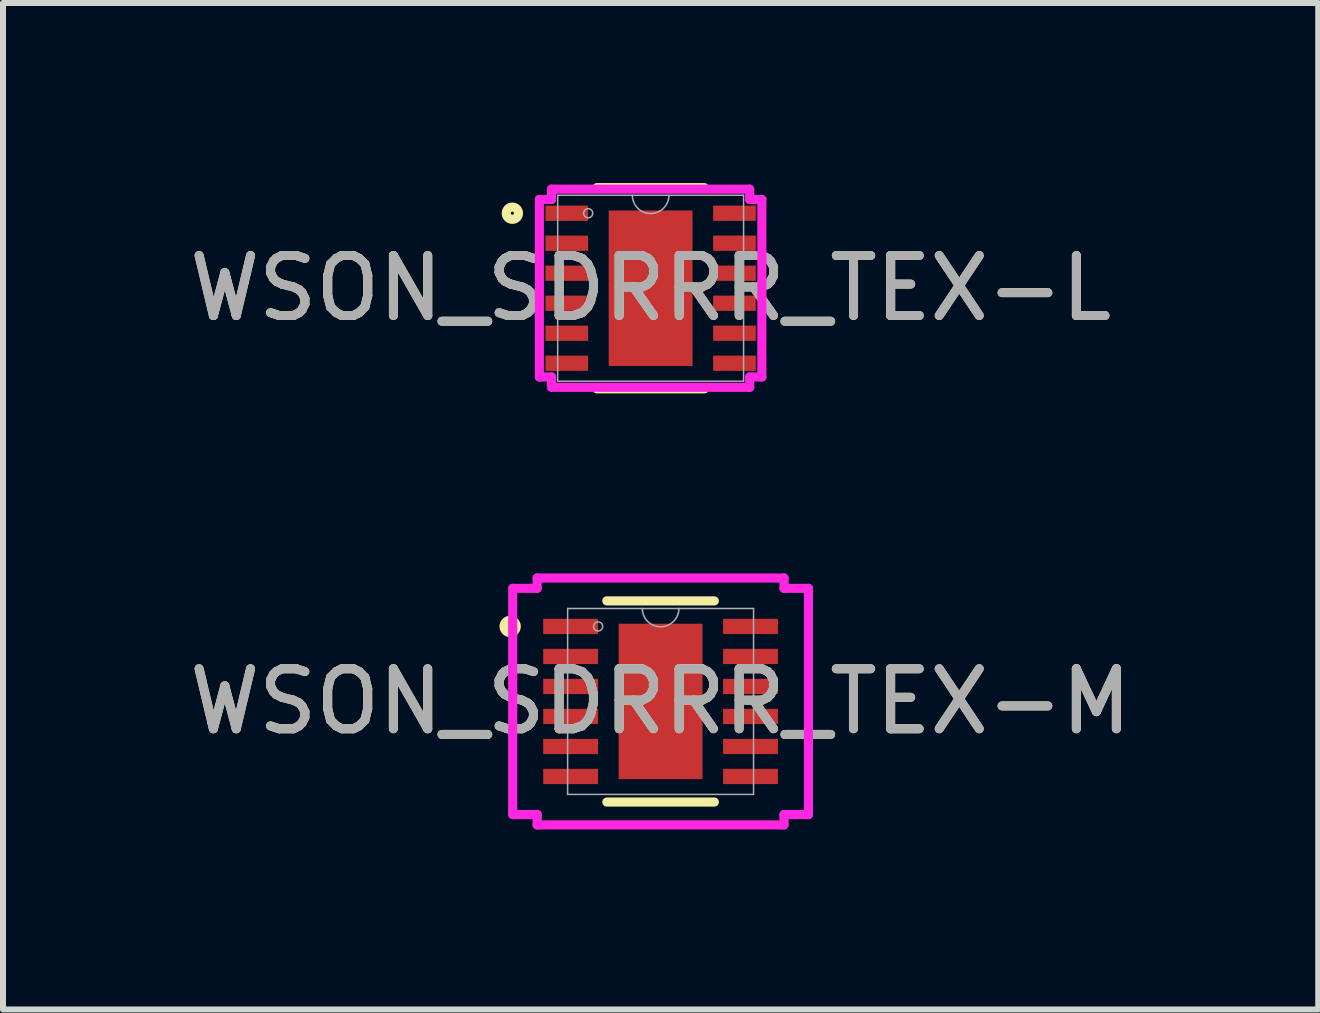
<source format=kicad_pcb>
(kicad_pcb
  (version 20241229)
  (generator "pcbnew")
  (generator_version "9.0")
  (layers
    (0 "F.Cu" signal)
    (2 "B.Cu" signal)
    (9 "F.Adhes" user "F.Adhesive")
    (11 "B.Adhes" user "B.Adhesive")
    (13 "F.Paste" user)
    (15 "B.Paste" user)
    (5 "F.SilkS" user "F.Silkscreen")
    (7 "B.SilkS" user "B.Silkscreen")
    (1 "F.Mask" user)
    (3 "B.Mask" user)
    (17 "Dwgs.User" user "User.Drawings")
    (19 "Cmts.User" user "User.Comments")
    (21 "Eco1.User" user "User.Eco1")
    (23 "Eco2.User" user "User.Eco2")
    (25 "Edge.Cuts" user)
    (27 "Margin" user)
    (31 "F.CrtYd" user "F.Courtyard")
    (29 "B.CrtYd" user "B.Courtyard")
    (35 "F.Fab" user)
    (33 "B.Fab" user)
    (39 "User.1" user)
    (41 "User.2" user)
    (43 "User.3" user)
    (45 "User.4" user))
  (footprint "WSON_SDRRR_TEX-M"
    (layer "F.Cu")
    (at 7.958 8.639)
    (property "Reference" "WSON_SDRRR_TEX-M" (at 0 0 0) (unlocked yes) (layer "F.SilkS") (effects (font (size 1 1) (thickness 0.15))))
    (attr smd)
    (fp_line (start -0.896 1.676) (end 0.896 1.676) (stroke (width 0.152) (type solid)) (layer "F.SilkS"))
    (fp_line (start 0.896 -1.676) (end -0.896 -1.676) (stroke (width 0.152) (type solid)) (layer "F.SilkS"))
    (fp_circle (center -2.507 -1.25) (end -2.405 -1.25) (stroke (width 0.152) (type solid)) (fill no) (layer "F.SilkS"))
    (fp_poly (pts (xy -0.599 -1.195) (xy -0.599 -0.1) (xy 0.599 -0.1) (xy 0.599 -1.195)) (stroke (width 0) (type solid)) (fill yes) (layer "F.Paste"))
    (fp_poly (pts (xy -0.599 0.1) (xy -0.599 1.195) (xy 0.599 1.195) (xy 0.599 0.1)) (stroke (width 0) (type solid)) (fill yes) (layer "F.Paste"))
    (fp_line (start -2.464 -1.885) (end -2.057 -1.885) (stroke (width 0.152) (type solid)) (layer "F.CrtYd"))
    (fp_line (start -2.464 1.885) (end -2.464 -1.885) (stroke (width 0.152) (type solid)) (layer "F.CrtYd"))
    (fp_line (start -2.464 1.885) (end -2.057 1.885) (stroke (width 0.152) (type solid)) (layer "F.CrtYd"))
    (fp_line (start -2.057 -2.057) (end 2.057 -2.057) (stroke (width 0.152) (type solid)) (layer "F.CrtYd"))
    (fp_line (start -2.057 -1.885) (end -2.057 -2.057) (stroke (width 0.152) (type solid)) (layer "F.CrtYd"))
    (fp_line (start -2.057 2.057) (end -2.057 1.885) (stroke (width 0.152) (type solid)) (layer "F.CrtYd"))
    (fp_line (start 2.057 -2.057) (end 2.057 -1.885) (stroke (width 0.152) (type solid)) (layer "F.CrtYd"))
    (fp_line (start 2.057 1.885) (end 2.057 2.057) (stroke (width 0.152) (type solid)) (layer "F.CrtYd"))
    (fp_line (start 2.057 2.057) (end -2.057 2.057) (stroke (width 0.152) (type solid)) (layer "F.CrtYd"))
    (fp_line (start 2.464 -1.885) (end 2.057 -1.885) (stroke (width 0.152) (type solid)) (layer "F.CrtYd"))
    (fp_line (start 2.464 -1.885) (end 2.464 1.885) (stroke (width 0.152) (type solid)) (layer "F.CrtYd"))
    (fp_line (start 2.464 1.885) (end 2.057 1.885) (stroke (width 0.152) (type solid)) (layer "F.CrtYd"))
    (fp_line (start -1.549 -1.549) (end -1.549 1.549) (stroke (width 0.025) (type solid)) (layer "F.Fab"))
    (fp_line (start -1.549 1.549) (end 1.549 1.549) (stroke (width 0.025) (type solid)) (layer "F.Fab"))
    (fp_line (start 1.549 -1.549) (end -1.549 -1.549) (stroke (width 0.025) (type solid)) (layer "F.Fab"))
    (fp_line (start 1.549 1.549) (end 1.549 -1.549) (stroke (width 0.025) (type solid)) (layer "F.Fab"))
    (fp_arc (start 0.3048 -1.5494) (mid 0 -1.2446) (end -0.3048 -1.5494) (stroke (width 0.0254) (type solid)) (layer "F.Fab"))
    (fp_circle (center -1.041 -1.25) (end -0.965 -1.25) (stroke (width 0.025) (type solid)) (fill no) (layer "F.Fab"))
    (fp_text user "${REFERENCE}" (at 0 0 0) (unlocked yes) (layer "F.Fab") (effects (font (size 1 1) (thickness 0.15))))
    (pad "1" smd rect (at -1.499 -1.25) (size 0.914 0.254) (layers "F.Cu" "F.Mask" "F.Paste"))
    (pad "2" smd rect (at -1.499 -0.75) (size 0.914 0.254) (layers "F.Cu" "F.Mask" "F.Paste"))
    (pad "3" smd rect (at -1.499 -0.25) (size 0.914 0.254) (layers "F.Cu" "F.Mask" "F.Paste"))
    (pad "4" smd rect (at -1.499 0.25) (size 0.914 0.254) (layers "F.Cu" "F.Mask" "F.Paste"))
    (pad "5" smd rect (at -1.499 0.75) (size 0.914 0.254) (layers "F.Cu" "F.Mask" "F.Paste"))
    (pad "6" smd rect (at -1.499 1.25) (size 0.914 0.254) (layers "F.Cu" "F.Mask" "F.Paste"))
    (pad "7" smd rect (at 1.499 1.25) (size 0.914 0.254) (layers "F.Cu" "F.Mask" "F.Paste"))
    (pad "8" smd rect (at 1.499 0.75) (size 0.914 0.254) (layers "F.Cu" "F.Mask" "F.Paste"))
    (pad "9" smd rect (at 1.499 0.25) (size 0.914 0.254) (layers "F.Cu" "F.Mask" "F.Paste"))
    (pad "10" smd rect (at 1.499 -0.25) (size 0.914 0.254) (layers "F.Cu" "F.Mask" "F.Paste"))
    (pad "11" smd rect (at 1.499 -0.75) (size 0.914 0.254) (layers "F.Cu" "F.Mask" "F.Paste"))
    (pad "12" smd rect (at 1.499 -1.25) (size 0.914 0.254) (layers "F.Cu" "F.Mask" "F.Paste"))
    (pad "13" smd rect (at 0 0) (size 1.397 2.591) (layers "F.Cu" "F.Mask" "F.Paste")))
  (footprint "WSON_SDRRR_TEX-L"
    (layer "F.Cu")
    (at 7.792 1.753)
    (property "Reference" "WSON_SDRRR_TEX-L" (at 0 0 0) (unlocked yes) (layer "F.SilkS") (effects (font (size 1 1) (thickness 0.15))))
    (attr smd)
    (fp_line (start -0.896 1.676) (end 0.896 1.676) (stroke (width 0.152) (type solid)) (layer "F.SilkS"))
    (fp_line (start 0.896 -1.676) (end -0.896 -1.676) (stroke (width 0.152) (type solid)) (layer "F.SilkS"))
    (fp_circle (center -2.304 -1.25) (end -2.202 -1.25) (stroke (width 0.152) (type solid)) (fill no) (layer "F.SilkS"))
    (fp_poly (pts (xy -0.599 -1.195) (xy -0.599 -0.1) (xy 0.599 -0.1) (xy 0.599 -1.195)) (stroke (width 0) (type solid)) (fill yes) (layer "F.Paste"))
    (fp_poly (pts (xy -0.599 0.1) (xy -0.599 1.195) (xy 0.599 1.195) (xy 0.599 0.1)) (stroke (width 0) (type solid)) (fill yes) (layer "F.Paste"))
    (fp_line (start -1.854 -1.479) (end -1.651 -1.479) (stroke (width 0.152) (type solid)) (layer "F.CrtYd"))
    (fp_line (start -1.854 1.479) (end -1.854 -1.479) (stroke (width 0.152) (type solid)) (layer "F.CrtYd"))
    (fp_line (start -1.854 1.479) (end -1.651 1.479) (stroke (width 0.152) (type solid)) (layer "F.CrtYd"))
    (fp_line (start -1.651 -1.651) (end 1.651 -1.651) (stroke (width 0.152) (type solid)) (layer "F.CrtYd"))
    (fp_line (start -1.651 -1.479) (end -1.651 -1.651) (stroke (width 0.152) (type solid)) (layer "F.CrtYd"))
    (fp_line (start -1.651 1.651) (end -1.651 1.479) (stroke (width 0.152) (type solid)) (layer "F.CrtYd"))
    (fp_line (start 1.651 -1.651) (end 1.651 -1.479) (stroke (width 0.152) (type solid)) (layer "F.CrtYd"))
    (fp_line (start 1.651 1.479) (end 1.651 1.651) (stroke (width 0.152) (type solid)) (layer "F.CrtYd"))
    (fp_line (start 1.651 1.651) (end -1.651 1.651) (stroke (width 0.152) (type solid)) (layer "F.CrtYd"))
    (fp_line (start 1.854 -1.479) (end 1.651 -1.479) (stroke (width 0.152) (type solid)) (layer "F.CrtYd"))
    (fp_line (start 1.854 -1.479) (end 1.854 1.479) (stroke (width 0.152) (type solid)) (layer "F.CrtYd"))
    (fp_line (start 1.854 1.479) (end 1.651 1.479) (stroke (width 0.152) (type solid)) (layer "F.CrtYd"))
    (fp_line (start -1.549 -1.549) (end -1.549 1.549) (stroke (width 0.025) (type solid)) (layer "F.Fab"))
    (fp_line (start -1.549 1.549) (end 1.549 1.549) (stroke (width 0.025) (type solid)) (layer "F.Fab"))
    (fp_line (start 1.549 -1.549) (end -1.549 -1.549) (stroke (width 0.025) (type solid)) (layer "F.Fab"))
    (fp_line (start 1.549 1.549) (end 1.549 -1.549) (stroke (width 0.025) (type solid)) (layer "F.Fab"))
    (fp_arc (start 0.3048 -1.5494) (mid 0 -1.2446) (end -0.3048 -1.5494) (stroke (width 0.0254) (type solid)) (layer "F.Fab"))
    (fp_circle (center -1.041 -1.25) (end -0.965 -1.25) (stroke (width 0.025) (type solid)) (fill no) (layer "F.Fab"))
    (fp_text user "${REFERENCE}" (at 0 0 0) (unlocked yes) (layer "F.Fab") (effects (font (size 1 1) (thickness 0.15))))
    (pad "1" smd rect (at -1.397 -1.25) (size 0.711 0.254) (layers "F.Cu" "F.Mask" "F.Paste"))
    (pad "2" smd rect (at -1.397 -0.75) (size 0.711 0.254) (layers "F.Cu" "F.Mask" "F.Paste"))
    (pad "3" smd rect (at -1.397 -0.25) (size 0.711 0.254) (layers "F.Cu" "F.Mask" "F.Paste"))
    (pad "4" smd rect (at -1.397 0.25) (size 0.711 0.254) (layers "F.Cu" "F.Mask" "F.Paste"))
    (pad "5" smd rect (at -1.397 0.75) (size 0.711 0.254) (layers "F.Cu" "F.Mask" "F.Paste"))
    (pad "6" smd rect (at -1.397 1.25) (size 0.711 0.254) (layers "F.Cu" "F.Mask" "F.Paste"))
    (pad "7" smd rect (at 1.397 1.25) (size 0.711 0.254) (layers "F.Cu" "F.Mask" "F.Paste"))
    (pad "8" smd rect (at 1.397 0.75) (size 0.711 0.254) (layers "F.Cu" "F.Mask" "F.Paste"))
    (pad "9" smd rect (at 1.397 0.25) (size 0.711 0.254) (layers "F.Cu" "F.Mask" "F.Paste"))
    (pad "10" smd rect (at 1.397 -0.25) (size 0.711 0.254) (layers "F.Cu" "F.Mask" "F.Paste"))
    (pad "11" smd rect (at 1.397 -0.75) (size 0.711 0.254) (layers "F.Cu" "F.Mask" "F.Paste"))
    (pad "12" smd rect (at 1.397 -1.25) (size 0.711 0.254) (layers "F.Cu" "F.Mask" "F.Paste"))
    (pad "13" smd rect (at 0 0) (size 1.397 2.591) (layers "F.Cu" "F.Mask" "F.Paste")))
  (gr_rect
    (start -3 -3)
    (end 18.917 13.772)
    (stroke (width 0.1) (type default))
    (fill no)
    (layer "Edge.Cuts")))
</source>
